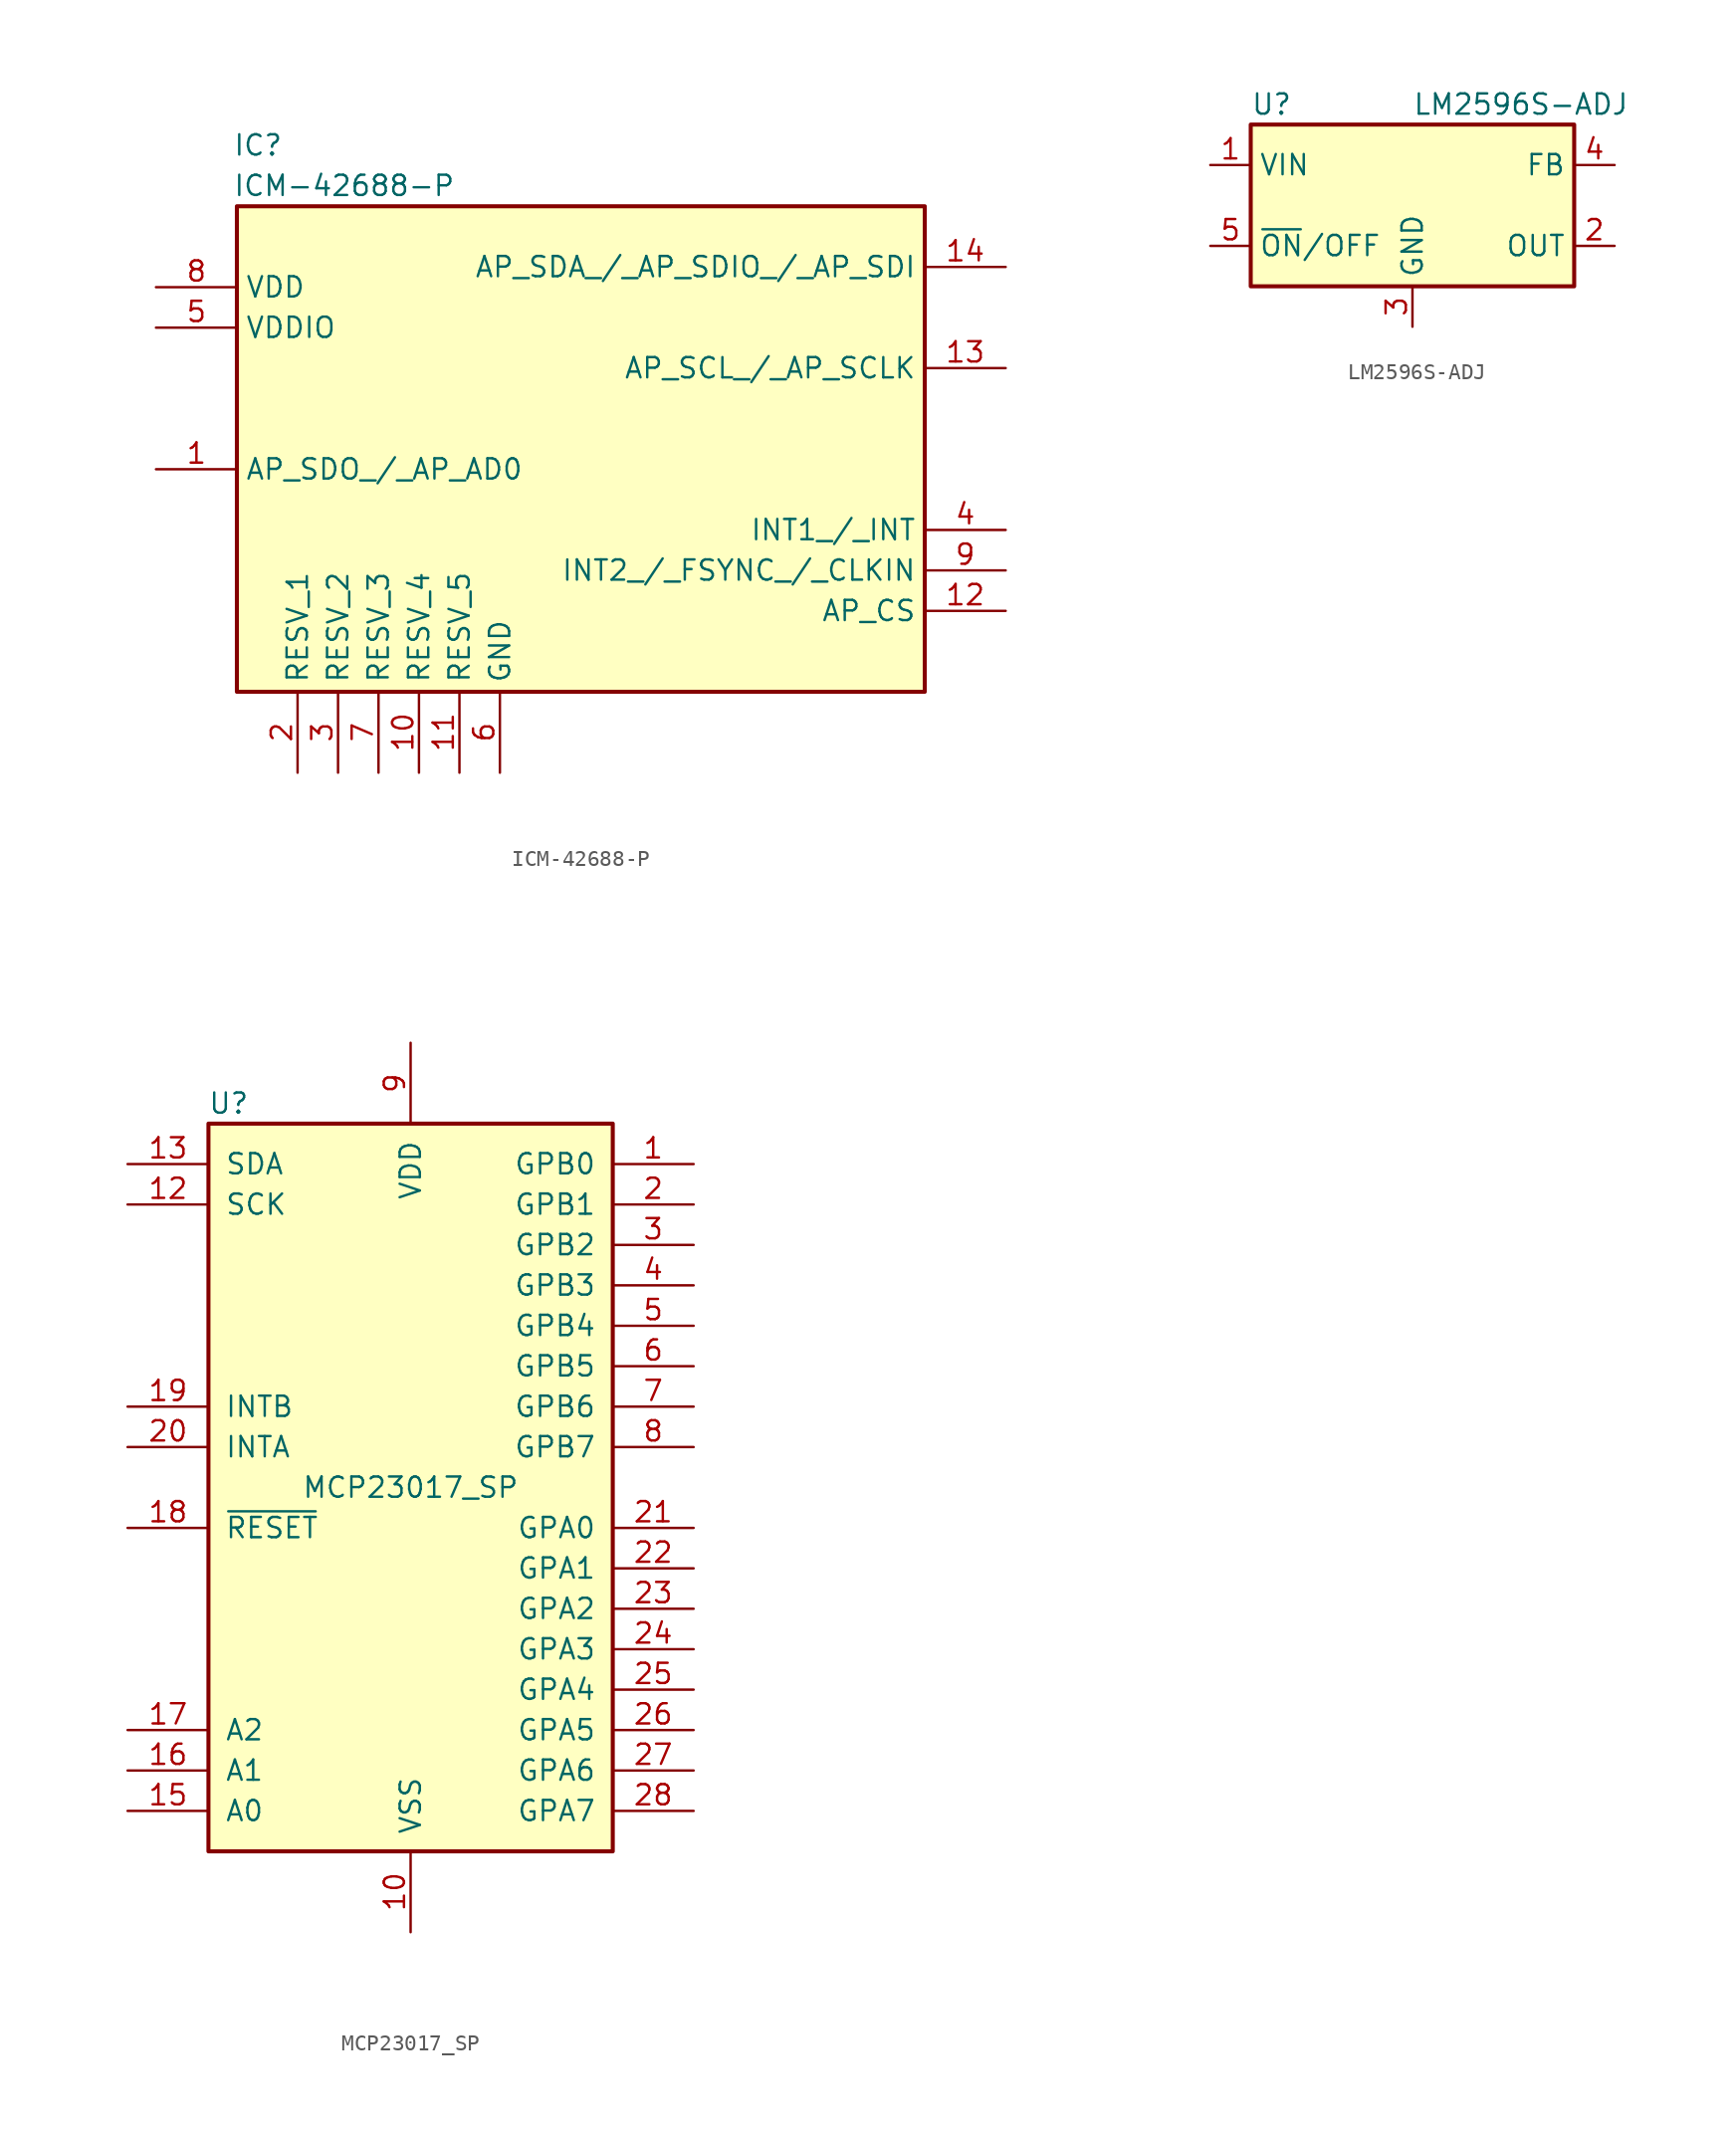
<source format=kicad_sym>
(kicad_symbol_lib
  (version 20241209)
  (generator "kicad_symbol_editor")
  (generator_version "9.0")
  (symbol "ICM-42688-P"
    (property "Reference" "IC"
      (at 3.556 42.672 0)
      (effects (font (size 1.27 1.27)) (justify left top)))
    (property "Value" "ICM-42688-P"
      (at 3.556 40.132 0)
      (effects (font (size 1.27 1.27)) (justify left top)))
    (symbol "ICM-42688-P_1_1"
      (rectangle (start 3.81 38.1) (end 46.99 7.62) (stroke (width 0.254) (type default)) (fill (type background)))
      (pin passive line (at -1.27 33.02 0) (length 5.08) (name "VDD" (effects (font (size 1.27 1.27)))) (number "8" (effects (font (size 1.27 1.27)))))
      (pin passive line (at -1.27 30.48 0) (length 5.08) (name "VDDIO" (effects (font (size 1.27 1.27)))) (number "5" (effects (font (size 1.27 1.27)))))
      (pin passive line (at -1.27 21.59 0) (length 5.08) (name "AP_SDO_/_AP_AD0" (effects (font (size 1.27 1.27)))) (number "1" (effects (font (size 1.27 1.27)))))
      (pin passive line (at 7.62 2.54 90) (length 5.08) (name "RESV_1" (effects (font (size 1.27 1.27)))) (number "2" (effects (font (size 1.27 1.27)))))
      (pin passive line (at 10.16 2.54 90) (length 5.08) (name "RESV_2" (effects (font (size 1.27 1.27)))) (number "3" (effects (font (size 1.27 1.27)))))
      (pin passive line (at 12.7 2.54 90) (length 5.08) (name "RESV_3" (effects (font (size 1.27 1.27)))) (number "7" (effects (font (size 1.27 1.27)))))
      (pin passive line (at 15.24 2.54 90) (length 5.08) (name "RESV_4" (effects (font (size 1.27 1.27)))) (number "10" (effects (font (size 1.27 1.27)))))
      (pin passive line (at 17.78 2.54 90) (length 5.08) (name "RESV_5" (effects (font (size 1.27 1.27)))) (number "11" (effects (font (size 1.27 1.27)))))
      (pin passive line (at 20.32 2.54 90) (length 5.08) (name "GND" (effects (font (size 1.27 1.27)))) (number "6" (effects (font (size 1.27 1.27)))))
      (pin passive line (at 52.07 34.29 180) (length 5.08) (name "AP_SDA_/_AP_SDIO_/_AP_SDI" (effects (font (size 1.27 1.27)))) (number "14" (effects (font (size 1.27 1.27)))))
      (pin passive line (at 52.07 27.94 180) (length 5.08) (name "AP_SCL_/_AP_SCLK" (effects (font (size 1.27 1.27)))) (number "13" (effects (font (size 1.27 1.27)))))
      (pin passive line (at 52.07 17.78 180) (length 5.08) (name "INT1_/_INT" (effects (font (size 1.27 1.27)))) (number "4" (effects (font (size 1.27 1.27)))))
      (pin passive line (at 52.07 15.24 180) (length 5.08) (name "INT2_/_FSYNC_/_CLKIN" (effects (font (size 1.27 1.27)))) (number "9" (effects (font (size 1.27 1.27)))))
      (pin passive line (at 52.07 12.7 180) (length 5.08) (name "AP_CS" (effects (font (size 1.27 1.27)))) (number "12" (effects (font (size 1.27 1.27)))))))
  (symbol "LM2596S-ADJ"
    (property "Reference" "U"
      (at -10.16 6.35 0)
      (effects (font (size 1.27 1.27)) (justify left)))
    (property "Value" "LM2596S-ADJ"
      (at 0 6.35 0)
      (effects (font (size 1.27 1.27)) (justify left)))
    (symbol "LM2596S-ADJ_0_1"
      (rectangle (start -10.16 5.08) (end 10.16 -5.08) (stroke (width 0.254) (type default)) (fill (type background))))
    (symbol "LM2596S-ADJ_1_1"
      (pin power_in line (at -12.7 2.54 0) (length 2.54) (name "VIN" (effects (font (size 1.27 1.27)))) (number "1" (effects (font (size 1.27 1.27)))))
      (pin input line (at -12.7 -2.54 0) (length 2.54) (name "~{ON}/OFF" (effects (font (size 1.27 1.27)))) (number "5" (effects (font (size 1.27 1.27)))))
      (pin power_in line (at 0 -7.62 90) (length 2.54) (name "GND" (effects (font (size 1.27 1.27)))) (number "3" (effects (font (size 1.27 1.27)))))
      (pin input line (at 12.7 2.54 180) (length 2.54) (name "FB" (effects (font (size 1.27 1.27)))) (number "4" (effects (font (size 1.27 1.27)))))
      (pin output line (at 12.7 -2.54 180) (length 2.54) (name "OUT" (effects (font (size 1.27 1.27)))) (number "2" (effects (font (size 1.27 1.27)))))))
  (symbol "MCP23017_SP"
    (pin_names
      (offset 1.016))
    (property "Reference" "U"
      (at -11.43 24.13 0)
      (effects (font (size 1.27 1.27))))
    (property "Value" "MCP23017_SP"
      (at 0 0 0)
      (effects (font (size 1.27 1.27))))
    (symbol "MCP23017_SP_0_1"
      (rectangle (start -12.7 22.86) (end 12.7 -22.86) (stroke (width 0.254) (type default)) (fill (type background))))
    (symbol "MCP23017_SP_1_1"
      (pin bidirectional line (at -17.78 20.32 0) (length 5.08) (name "SDA" (effects (font (size 1.27 1.27)))) (number "13" (effects (font (size 1.27 1.27)))))
      (pin input line (at -17.78 17.78 0) (length 5.08) (name "SCK" (effects (font (size 1.27 1.27)))) (number "12" (effects (font (size 1.27 1.27)))))
      (pin tri_state line (at -17.78 5.08 0) (length 5.08) (name "INTB" (effects (font (size 1.27 1.27)))) (number "19" (effects (font (size 1.27 1.27)))))
      (pin tri_state line (at -17.78 2.54 0) (length 5.08) (name "INTA" (effects (font (size 1.27 1.27)))) (number "20" (effects (font (size 1.27 1.27)))))
      (pin input line (at -17.78 -2.54 0) (length 5.08) (name "~{RESET}" (effects (font (size 1.27 1.27)))) (number "18" (effects (font (size 1.27 1.27)))))
      (pin input line (at -17.78 -15.24 0) (length 5.08) (name "A2" (effects (font (size 1.27 1.27)))) (number "17" (effects (font (size 1.27 1.27)))))
      (pin input line (at -17.78 -17.78 0) (length 5.08) (name "A1" (effects (font (size 1.27 1.27)))) (number "16" (effects (font (size 1.27 1.27)))))
      (pin input line (at -17.78 -20.32 0) (length 5.08) (name "A0" (effects (font (size 1.27 1.27)))) (number "15" (effects (font (size 1.27 1.27)))))
      (pin no_connect line (at -12.7 15.24 0) (length 5.08) (hide yes) (name "NC" (effects (font (size 1.27 1.27)))) (number "11" (effects (font (size 1.27 1.27)))))
      (pin no_connect line (at -12.7 12.7 0) (length 5.08) (hide yes) (name "NC" (effects (font (size 1.27 1.27)))) (number "14" (effects (font (size 1.27 1.27)))))
      (pin power_in line (at 0 27.94 270) (length 5.08) (name "VDD" (effects (font (size 1.27 1.27)))) (number "9" (effects (font (size 1.27 1.27)))))
      (pin power_in line (at 0 -27.94 90) (length 5.08) (name "VSS" (effects (font (size 1.27 1.27)))) (number "10" (effects (font (size 1.27 1.27)))))
      (pin bidirectional line (at 17.78 20.32 180) (length 5.08) (name "GPB0" (effects (font (size 1.27 1.27)))) (number "1" (effects (font (size 1.27 1.27)))))
      (pin bidirectional line (at 17.78 17.78 180) (length 5.08) (name "GPB1" (effects (font (size 1.27 1.27)))) (number "2" (effects (font (size 1.27 1.27)))))
      (pin bidirectional line (at 17.78 15.24 180) (length 5.08) (name "GPB2" (effects (font (size 1.27 1.27)))) (number "3" (effects (font (size 1.27 1.27)))))
      (pin bidirectional line (at 17.78 12.7 180) (length 5.08) (name "GPB3" (effects (font (size 1.27 1.27)))) (number "4" (effects (font (size 1.27 1.27)))))
      (pin bidirectional line (at 17.78 10.16 180) (length 5.08) (name "GPB4" (effects (font (size 1.27 1.27)))) (number "5" (effects (font (size 1.27 1.27)))))
      (pin bidirectional line (at 17.78 7.62 180) (length 5.08) (name "GPB5" (effects (font (size 1.27 1.27)))) (number "6" (effects (font (size 1.27 1.27)))))
      (pin bidirectional line (at 17.78 5.08 180) (length 5.08) (name "GPB6" (effects (font (size 1.27 1.27)))) (number "7" (effects (font (size 1.27 1.27)))))
      (pin bidirectional line (at 17.78 2.54 180) (length 5.08) (name "GPB7" (effects (font (size 1.27 1.27)))) (number "8" (effects (font (size 1.27 1.27)))))
      (pin bidirectional line (at 17.78 -2.54 180) (length 5.08) (name "GPA0" (effects (font (size 1.27 1.27)))) (number "21" (effects (font (size 1.27 1.27)))))
      (pin bidirectional line (at 17.78 -5.08 180) (length 5.08) (name "GPA1" (effects (font (size 1.27 1.27)))) (number "22" (effects (font (size 1.27 1.27)))))
      (pin bidirectional line (at 17.78 -7.62 180) (length 5.08) (name "GPA2" (effects (font (size 1.27 1.27)))) (number "23" (effects (font (size 1.27 1.27)))))
      (pin bidirectional line (at 17.78 -10.16 180) (length 5.08) (name "GPA3" (effects (font (size 1.27 1.27)))) (number "24" (effects (font (size 1.27 1.27)))))
      (pin bidirectional line (at 17.78 -12.7 180) (length 5.08) (name "GPA4" (effects (font (size 1.27 1.27)))) (number "25" (effects (font (size 1.27 1.27)))))
      (pin bidirectional line (at 17.78 -15.24 180) (length 5.08) (name "GPA5" (effects (font (size 1.27 1.27)))) (number "26" (effects (font (size 1.27 1.27)))))
      (pin bidirectional line (at 17.78 -17.78 180) (length 5.08) (name "GPA6" (effects (font (size 1.27 1.27)))) (number "27" (effects (font (size 1.27 1.27)))))
      (pin bidirectional line (at 17.78 -20.32 180) (length 5.08) (name "GPA7" (effects (font (size 1.27 1.27)))) (number "28" (effects (font (size 1.27 1.27))))))))
</source>
